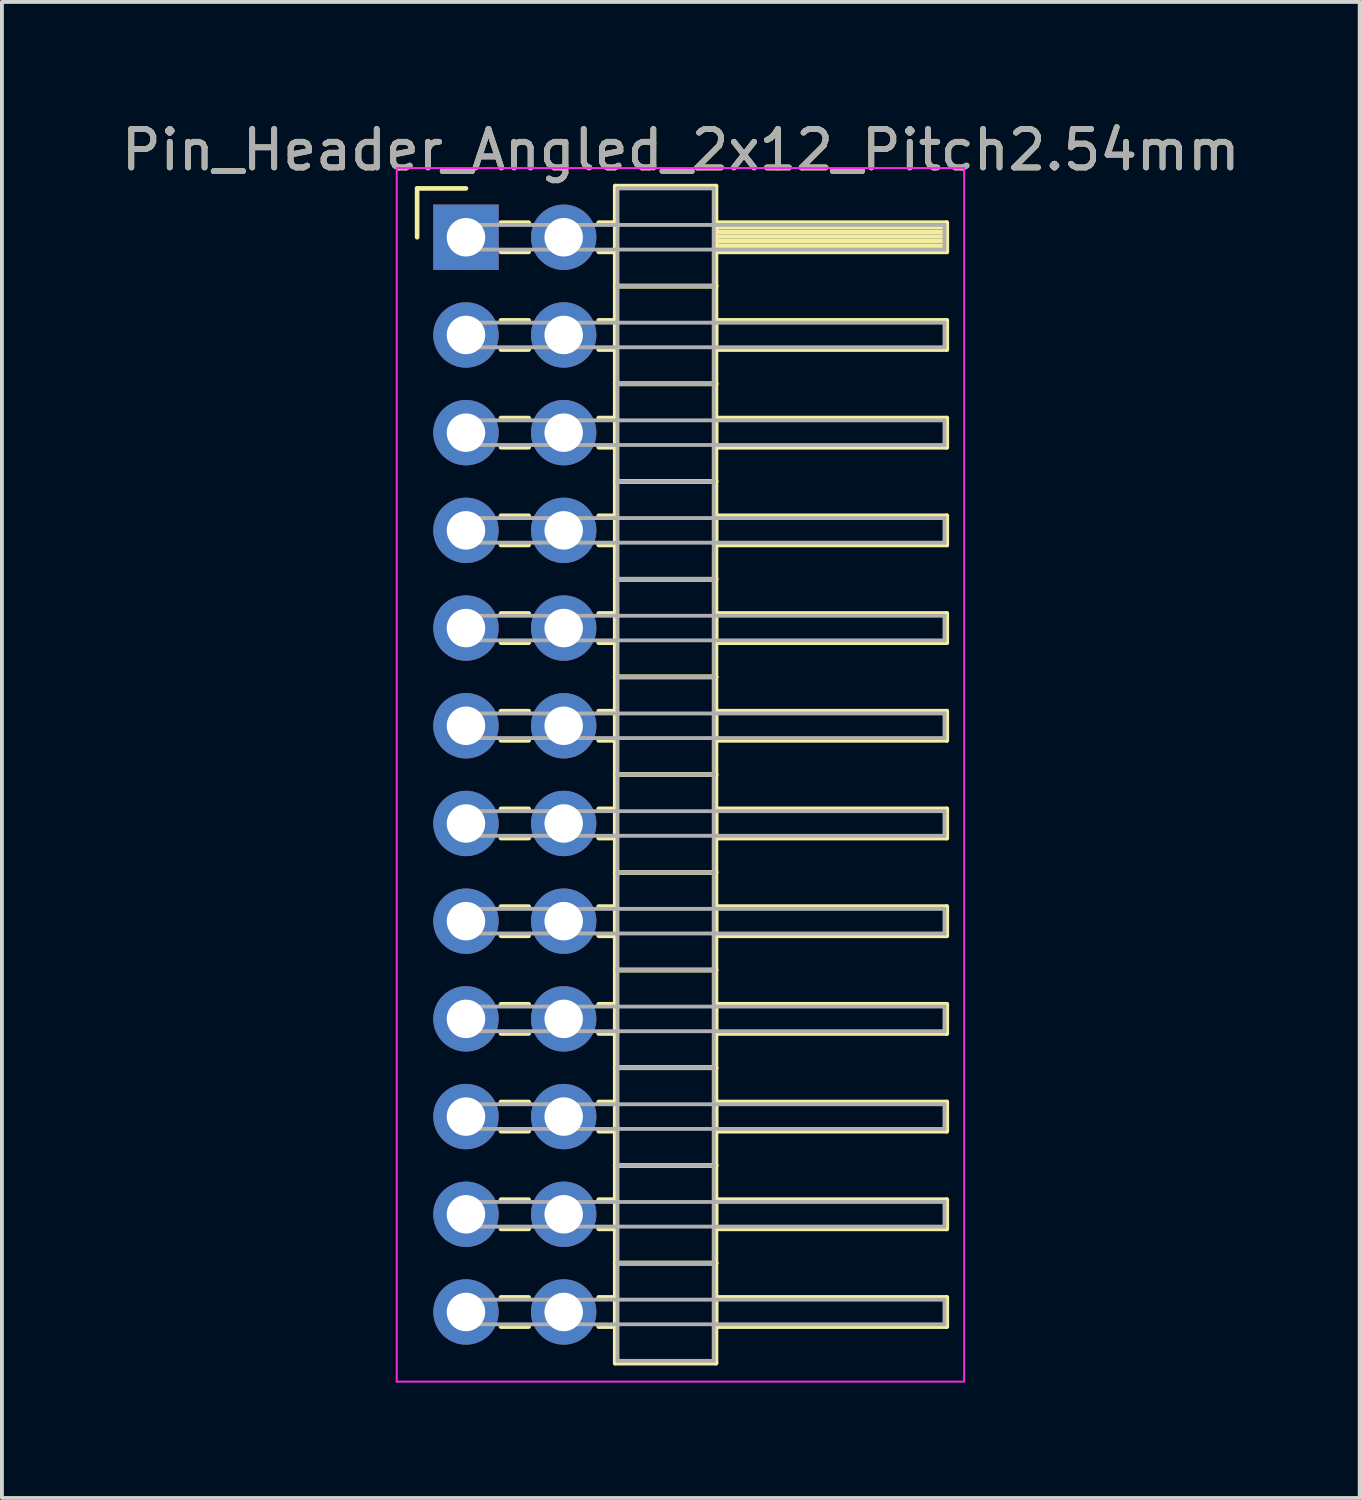
<source format=kicad_pcb>
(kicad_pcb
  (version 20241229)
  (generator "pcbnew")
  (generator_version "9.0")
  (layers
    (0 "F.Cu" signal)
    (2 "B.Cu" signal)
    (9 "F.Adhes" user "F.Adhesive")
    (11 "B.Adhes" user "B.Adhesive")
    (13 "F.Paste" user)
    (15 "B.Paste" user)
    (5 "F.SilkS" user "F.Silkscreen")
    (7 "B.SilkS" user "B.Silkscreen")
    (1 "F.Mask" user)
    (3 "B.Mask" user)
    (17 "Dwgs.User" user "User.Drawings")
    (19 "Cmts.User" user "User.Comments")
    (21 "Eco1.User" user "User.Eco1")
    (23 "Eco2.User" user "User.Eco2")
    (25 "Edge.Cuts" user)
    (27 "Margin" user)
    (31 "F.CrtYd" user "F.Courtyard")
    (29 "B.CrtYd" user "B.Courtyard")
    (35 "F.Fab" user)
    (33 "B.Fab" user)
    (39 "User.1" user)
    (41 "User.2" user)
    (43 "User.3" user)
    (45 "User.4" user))
  (footprint "Pin_Header_Angled_2x12_Pitch2.54mm"
    (layer "F.Cu")
    (at 9.064 3.118)
    (property "Reference" "Pin_Header_Angled_2x12_Pitch2.54mm" (at 5.585 -2.27 0) (layer "F.SilkS") (effects (font (size 1 1) (thickness 0.15))))
    (attr through_hole)
    (fp_line (start -1.27 -1.27) (end 0 -1.27) (stroke (width 0.12) (type solid)) (layer "F.SilkS"))
    (fp_line (start -1.27 0) (end -1.27 -1.27) (stroke (width 0.12) (type solid)) (layer "F.SilkS"))
    (fp_line (start 0.91 -0.38) (end 1.63 -0.38) (stroke (width 0.12) (type solid)) (layer "F.SilkS"))
    (fp_line (start 0.91 0.38) (end 1.63 0.38) (stroke (width 0.12) (type solid)) (layer "F.SilkS"))
    (fp_line (start 0.91 2.16) (end 1.63 2.16) (stroke (width 0.12) (type solid)) (layer "F.SilkS"))
    (fp_line (start 0.91 2.92) (end 1.63 2.92) (stroke (width 0.12) (type solid)) (layer "F.SilkS"))
    (fp_line (start 0.91 4.7) (end 1.63 4.7) (stroke (width 0.12) (type solid)) (layer "F.SilkS"))
    (fp_line (start 0.91 5.46) (end 1.63 5.46) (stroke (width 0.12) (type solid)) (layer "F.SilkS"))
    (fp_line (start 0.91 7.24) (end 1.63 7.24) (stroke (width 0.12) (type solid)) (layer "F.SilkS"))
    (fp_line (start 0.91 8) (end 1.63 8) (stroke (width 0.12) (type solid)) (layer "F.SilkS"))
    (fp_line (start 0.91 9.78) (end 1.63 9.78) (stroke (width 0.12) (type solid)) (layer "F.SilkS"))
    (fp_line (start 0.91 10.54) (end 1.63 10.54) (stroke (width 0.12) (type solid)) (layer "F.SilkS"))
    (fp_line (start 0.91 12.32) (end 1.63 12.32) (stroke (width 0.12) (type solid)) (layer "F.SilkS"))
    (fp_line (start 0.91 13.08) (end 1.63 13.08) (stroke (width 0.12) (type solid)) (layer "F.SilkS"))
    (fp_line (start 0.91 14.86) (end 1.63 14.86) (stroke (width 0.12) (type solid)) (layer "F.SilkS"))
    (fp_line (start 0.91 15.62) (end 1.63 15.62) (stroke (width 0.12) (type solid)) (layer "F.SilkS"))
    (fp_line (start 0.91 17.4) (end 1.63 17.4) (stroke (width 0.12) (type solid)) (layer "F.SilkS"))
    (fp_line (start 0.91 18.16) (end 1.63 18.16) (stroke (width 0.12) (type solid)) (layer "F.SilkS"))
    (fp_line (start 0.91 19.94) (end 1.63 19.94) (stroke (width 0.12) (type solid)) (layer "F.SilkS"))
    (fp_line (start 0.91 20.7) (end 1.63 20.7) (stroke (width 0.12) (type solid)) (layer "F.SilkS"))
    (fp_line (start 0.91 22.48) (end 1.63 22.48) (stroke (width 0.12) (type solid)) (layer "F.SilkS"))
    (fp_line (start 0.91 23.24) (end 1.63 23.24) (stroke (width 0.12) (type solid)) (layer "F.SilkS"))
    (fp_line (start 0.91 25.02) (end 1.63 25.02) (stroke (width 0.12) (type solid)) (layer "F.SilkS"))
    (fp_line (start 0.91 25.78) (end 1.63 25.78) (stroke (width 0.12) (type solid)) (layer "F.SilkS"))
    (fp_line (start 0.91 27.56) (end 1.63 27.56) (stroke (width 0.12) (type solid)) (layer "F.SilkS"))
    (fp_line (start 0.91 28.32) (end 1.63 28.32) (stroke (width 0.12) (type solid)) (layer "F.SilkS"))
    (fp_line (start 3.45 -0.38) (end 3.88 -0.38) (stroke (width 0.12) (type solid)) (layer "F.SilkS"))
    (fp_line (start 3.45 0.38) (end 3.88 0.38) (stroke (width 0.12) (type solid)) (layer "F.SilkS"))
    (fp_line (start 3.45 2.16) (end 3.88 2.16) (stroke (width 0.12) (type solid)) (layer "F.SilkS"))
    (fp_line (start 3.45 2.92) (end 3.88 2.92) (stroke (width 0.12) (type solid)) (layer "F.SilkS"))
    (fp_line (start 3.45 4.7) (end 3.88 4.7) (stroke (width 0.12) (type solid)) (layer "F.SilkS"))
    (fp_line (start 3.45 5.46) (end 3.88 5.46) (stroke (width 0.12) (type solid)) (layer "F.SilkS"))
    (fp_line (start 3.45 7.24) (end 3.88 7.24) (stroke (width 0.12) (type solid)) (layer "F.SilkS"))
    (fp_line (start 3.45 8) (end 3.88 8) (stroke (width 0.12) (type solid)) (layer "F.SilkS"))
    (fp_line (start 3.45 9.78) (end 3.88 9.78) (stroke (width 0.12) (type solid)) (layer "F.SilkS"))
    (fp_line (start 3.45 10.54) (end 3.88 10.54) (stroke (width 0.12) (type solid)) (layer "F.SilkS"))
    (fp_line (start 3.45 12.32) (end 3.88 12.32) (stroke (width 0.12) (type solid)) (layer "F.SilkS"))
    (fp_line (start 3.45 13.08) (end 3.88 13.08) (stroke (width 0.12) (type solid)) (layer "F.SilkS"))
    (fp_line (start 3.45 14.86) (end 3.88 14.86) (stroke (width 0.12) (type solid)) (layer "F.SilkS"))
    (fp_line (start 3.45 15.62) (end 3.88 15.62) (stroke (width 0.12) (type solid)) (layer "F.SilkS"))
    (fp_line (start 3.45 17.4) (end 3.88 17.4) (stroke (width 0.12) (type solid)) (layer "F.SilkS"))
    (fp_line (start 3.45 18.16) (end 3.88 18.16) (stroke (width 0.12) (type solid)) (layer "F.SilkS"))
    (fp_line (start 3.45 19.94) (end 3.88 19.94) (stroke (width 0.12) (type solid)) (layer "F.SilkS"))
    (fp_line (start 3.45 20.7) (end 3.88 20.7) (stroke (width 0.12) (type solid)) (layer "F.SilkS"))
    (fp_line (start 3.45 22.48) (end 3.88 22.48) (stroke (width 0.12) (type solid)) (layer "F.SilkS"))
    (fp_line (start 3.45 23.24) (end 3.88 23.24) (stroke (width 0.12) (type solid)) (layer "F.SilkS"))
    (fp_line (start 3.45 25.02) (end 3.88 25.02) (stroke (width 0.12) (type solid)) (layer "F.SilkS"))
    (fp_line (start 3.45 25.78) (end 3.88 25.78) (stroke (width 0.12) (type solid)) (layer "F.SilkS"))
    (fp_line (start 3.45 27.56) (end 3.88 27.56) (stroke (width 0.12) (type solid)) (layer "F.SilkS"))
    (fp_line (start 3.45 28.32) (end 3.88 28.32) (stroke (width 0.12) (type solid)) (layer "F.SilkS"))
    (fp_line (start 3.88 -1.33) (end 3.88 1.27) (stroke (width 0.12) (type solid)) (layer "F.SilkS"))
    (fp_line (start 3.88 1.27) (end 3.88 3.81) (stroke (width 0.12) (type solid)) (layer "F.SilkS"))
    (fp_line (start 3.88 1.27) (end 6.5 1.27) (stroke (width 0.12) (type solid)) (layer "F.SilkS"))
    (fp_line (start 3.88 3.81) (end 3.88 6.35) (stroke (width 0.12) (type solid)) (layer "F.SilkS"))
    (fp_line (start 3.88 3.81) (end 6.5 3.81) (stroke (width 0.12) (type solid)) (layer "F.SilkS"))
    (fp_line (start 3.88 6.35) (end 3.88 8.89) (stroke (width 0.12) (type solid)) (layer "F.SilkS"))
    (fp_line (start 3.88 6.35) (end 6.5 6.35) (stroke (width 0.12) (type solid)) (layer "F.SilkS"))
    (fp_line (start 3.88 8.89) (end 3.88 11.43) (stroke (width 0.12) (type solid)) (layer "F.SilkS"))
    (fp_line (start 3.88 8.89) (end 6.5 8.89) (stroke (width 0.12) (type solid)) (layer "F.SilkS"))
    (fp_line (start 3.88 11.43) (end 3.88 13.97) (stroke (width 0.12) (type solid)) (layer "F.SilkS"))
    (fp_line (start 3.88 11.43) (end 6.5 11.43) (stroke (width 0.12) (type solid)) (layer "F.SilkS"))
    (fp_line (start 3.88 13.97) (end 3.88 16.51) (stroke (width 0.12) (type solid)) (layer "F.SilkS"))
    (fp_line (start 3.88 13.97) (end 6.5 13.97) (stroke (width 0.12) (type solid)) (layer "F.SilkS"))
    (fp_line (start 3.88 16.51) (end 3.88 19.05) (stroke (width 0.12) (type solid)) (layer "F.SilkS"))
    (fp_line (start 3.88 16.51) (end 6.5 16.51) (stroke (width 0.12) (type solid)) (layer "F.SilkS"))
    (fp_line (start 3.88 19.05) (end 3.88 21.59) (stroke (width 0.12) (type solid)) (layer "F.SilkS"))
    (fp_line (start 3.88 19.05) (end 6.5 19.05) (stroke (width 0.12) (type solid)) (layer "F.SilkS"))
    (fp_line (start 3.88 21.59) (end 3.88 24.13) (stroke (width 0.12) (type solid)) (layer "F.SilkS"))
    (fp_line (start 3.88 21.59) (end 6.5 21.59) (stroke (width 0.12) (type solid)) (layer "F.SilkS"))
    (fp_line (start 3.88 24.13) (end 3.88 26.67) (stroke (width 0.12) (type solid)) (layer "F.SilkS"))
    (fp_line (start 3.88 24.13) (end 6.5 24.13) (stroke (width 0.12) (type solid)) (layer "F.SilkS"))
    (fp_line (start 3.88 26.67) (end 3.88 29.27) (stroke (width 0.12) (type solid)) (layer "F.SilkS"))
    (fp_line (start 3.88 26.67) (end 6.5 26.67) (stroke (width 0.12) (type solid)) (layer "F.SilkS"))
    (fp_line (start 3.88 29.27) (end 6.5 29.27) (stroke (width 0.12) (type solid)) (layer "F.SilkS"))
    (fp_line (start 6.5 -1.33) (end 3.88 -1.33) (stroke (width 0.12) (type solid)) (layer "F.SilkS"))
    (fp_line (start 6.5 -0.38) (end 6.5 0.38) (stroke (width 0.12) (type solid)) (layer "F.SilkS"))
    (fp_line (start 6.5 -0.26) (end 12.5 -0.26) (stroke (width 0.12) (type solid)) (layer "F.SilkS"))
    (fp_line (start 6.5 -0.14) (end 12.5 -0.14) (stroke (width 0.12) (type solid)) (layer "F.SilkS"))
    (fp_line (start 6.5 -0.02) (end 12.5 -0.02) (stroke (width 0.12) (type solid)) (layer "F.SilkS"))
    (fp_line (start 6.5 0.1) (end 12.5 0.1) (stroke (width 0.12) (type solid)) (layer "F.SilkS"))
    (fp_line (start 6.5 0.22) (end 12.5 0.22) (stroke (width 0.12) (type solid)) (layer "F.SilkS"))
    (fp_line (start 6.5 0.34) (end 12.5 0.34) (stroke (width 0.12) (type solid)) (layer "F.SilkS"))
    (fp_line (start 6.5 0.38) (end 12.5 0.38) (stroke (width 0.12) (type solid)) (layer "F.SilkS"))
    (fp_line (start 6.5 1.27) (end 3.88 1.27) (stroke (width 0.12) (type solid)) (layer "F.SilkS"))
    (fp_line (start 6.5 1.27) (end 6.5 -1.33) (stroke (width 0.12) (type solid)) (layer "F.SilkS"))
    (fp_line (start 6.5 2.16) (end 6.5 2.92) (stroke (width 0.12) (type solid)) (layer "F.SilkS"))
    (fp_line (start 6.5 2.92) (end 12.5 2.92) (stroke (width 0.12) (type solid)) (layer "F.SilkS"))
    (fp_line (start 6.5 3.81) (end 3.88 3.81) (stroke (width 0.12) (type solid)) (layer "F.SilkS"))
    (fp_line (start 6.5 3.81) (end 6.5 1.27) (stroke (width 0.12) (type solid)) (layer "F.SilkS"))
    (fp_line (start 6.5 4.7) (end 6.5 5.46) (stroke (width 0.12) (type solid)) (layer "F.SilkS"))
    (fp_line (start 6.5 5.46) (end 12.5 5.46) (stroke (width 0.12) (type solid)) (layer "F.SilkS"))
    (fp_line (start 6.5 6.35) (end 3.88 6.35) (stroke (width 0.12) (type solid)) (layer "F.SilkS"))
    (fp_line (start 6.5 6.35) (end 6.5 3.81) (stroke (width 0.12) (type solid)) (layer "F.SilkS"))
    (fp_line (start 6.5 7.24) (end 6.5 8) (stroke (width 0.12) (type solid)) (layer "F.SilkS"))
    (fp_line (start 6.5 8) (end 12.5 8) (stroke (width 0.12) (type solid)) (layer "F.SilkS"))
    (fp_line (start 6.5 8.89) (end 3.88 8.89) (stroke (width 0.12) (type solid)) (layer "F.SilkS"))
    (fp_line (start 6.5 8.89) (end 6.5 6.35) (stroke (width 0.12) (type solid)) (layer "F.SilkS"))
    (fp_line (start 6.5 9.78) (end 6.5 10.54) (stroke (width 0.12) (type solid)) (layer "F.SilkS"))
    (fp_line (start 6.5 10.54) (end 12.5 10.54) (stroke (width 0.12) (type solid)) (layer "F.SilkS"))
    (fp_line (start 6.5 11.43) (end 3.88 11.43) (stroke (width 0.12) (type solid)) (layer "F.SilkS"))
    (fp_line (start 6.5 11.43) (end 6.5 8.89) (stroke (width 0.12) (type solid)) (layer "F.SilkS"))
    (fp_line (start 6.5 12.32) (end 6.5 13.08) (stroke (width 0.12) (type solid)) (layer "F.SilkS"))
    (fp_line (start 6.5 13.08) (end 12.5 13.08) (stroke (width 0.12) (type solid)) (layer "F.SilkS"))
    (fp_line (start 6.5 13.97) (end 3.88 13.97) (stroke (width 0.12) (type solid)) (layer "F.SilkS"))
    (fp_line (start 6.5 13.97) (end 6.5 11.43) (stroke (width 0.12) (type solid)) (layer "F.SilkS"))
    (fp_line (start 6.5 14.86) (end 6.5 15.62) (stroke (width 0.12) (type solid)) (layer "F.SilkS"))
    (fp_line (start 6.5 15.62) (end 12.5 15.62) (stroke (width 0.12) (type solid)) (layer "F.SilkS"))
    (fp_line (start 6.5 16.51) (end 3.88 16.51) (stroke (width 0.12) (type solid)) (layer "F.SilkS"))
    (fp_line (start 6.5 16.51) (end 6.5 13.97) (stroke (width 0.12) (type solid)) (layer "F.SilkS"))
    (fp_line (start 6.5 17.4) (end 6.5 18.16) (stroke (width 0.12) (type solid)) (layer "F.SilkS"))
    (fp_line (start 6.5 18.16) (end 12.5 18.16) (stroke (width 0.12) (type solid)) (layer "F.SilkS"))
    (fp_line (start 6.5 19.05) (end 3.88 19.05) (stroke (width 0.12) (type solid)) (layer "F.SilkS"))
    (fp_line (start 6.5 19.05) (end 6.5 16.51) (stroke (width 0.12) (type solid)) (layer "F.SilkS"))
    (fp_line (start 6.5 19.94) (end 6.5 20.7) (stroke (width 0.12) (type solid)) (layer "F.SilkS"))
    (fp_line (start 6.5 20.7) (end 12.5 20.7) (stroke (width 0.12) (type solid)) (layer "F.SilkS"))
    (fp_line (start 6.5 21.59) (end 3.88 21.59) (stroke (width 0.12) (type solid)) (layer "F.SilkS"))
    (fp_line (start 6.5 21.59) (end 6.5 19.05) (stroke (width 0.12) (type solid)) (layer "F.SilkS"))
    (fp_line (start 6.5 22.48) (end 6.5 23.24) (stroke (width 0.12) (type solid)) (layer "F.SilkS"))
    (fp_line (start 6.5 23.24) (end 12.5 23.24) (stroke (width 0.12) (type solid)) (layer "F.SilkS"))
    (fp_line (start 6.5 24.13) (end 3.88 24.13) (stroke (width 0.12) (type solid)) (layer "F.SilkS"))
    (fp_line (start 6.5 24.13) (end 6.5 21.59) (stroke (width 0.12) (type solid)) (layer "F.SilkS"))
    (fp_line (start 6.5 25.02) (end 6.5 25.78) (stroke (width 0.12) (type solid)) (layer "F.SilkS"))
    (fp_line (start 6.5 25.78) (end 12.5 25.78) (stroke (width 0.12) (type solid)) (layer "F.SilkS"))
    (fp_line (start 6.5 26.67) (end 3.88 26.67) (stroke (width 0.12) (type solid)) (layer "F.SilkS"))
    (fp_line (start 6.5 26.67) (end 6.5 24.13) (stroke (width 0.12) (type solid)) (layer "F.SilkS"))
    (fp_line (start 6.5 27.56) (end 6.5 28.32) (stroke (width 0.12) (type solid)) (layer "F.SilkS"))
    (fp_line (start 6.5 28.32) (end 12.5 28.32) (stroke (width 0.12) (type solid)) (layer "F.SilkS"))
    (fp_line (start 6.5 29.27) (end 6.5 26.67) (stroke (width 0.12) (type solid)) (layer "F.SilkS"))
    (fp_line (start 12.5 -0.38) (end 6.5 -0.38) (stroke (width 0.12) (type solid)) (layer "F.SilkS"))
    (fp_line (start 12.5 0.38) (end 12.5 -0.38) (stroke (width 0.12) (type solid)) (layer "F.SilkS"))
    (fp_line (start 12.5 2.16) (end 6.5 2.16) (stroke (width 0.12) (type solid)) (layer "F.SilkS"))
    (fp_line (start 12.5 2.92) (end 12.5 2.16) (stroke (width 0.12) (type solid)) (layer "F.SilkS"))
    (fp_line (start 12.5 4.7) (end 6.5 4.7) (stroke (width 0.12) (type solid)) (layer "F.SilkS"))
    (fp_line (start 12.5 5.46) (end 12.5 4.7) (stroke (width 0.12) (type solid)) (layer "F.SilkS"))
    (fp_line (start 12.5 7.24) (end 6.5 7.24) (stroke (width 0.12) (type solid)) (layer "F.SilkS"))
    (fp_line (start 12.5 8) (end 12.5 7.24) (stroke (width 0.12) (type solid)) (layer "F.SilkS"))
    (fp_line (start 12.5 9.78) (end 6.5 9.78) (stroke (width 0.12) (type solid)) (layer "F.SilkS"))
    (fp_line (start 12.5 10.54) (end 12.5 9.78) (stroke (width 0.12) (type solid)) (layer "F.SilkS"))
    (fp_line (start 12.5 12.32) (end 6.5 12.32) (stroke (width 0.12) (type solid)) (layer "F.SilkS"))
    (fp_line (start 12.5 13.08) (end 12.5 12.32) (stroke (width 0.12) (type solid)) (layer "F.SilkS"))
    (fp_line (start 12.5 14.86) (end 6.5 14.86) (stroke (width 0.12) (type solid)) (layer "F.SilkS"))
    (fp_line (start 12.5 15.62) (end 12.5 14.86) (stroke (width 0.12) (type solid)) (layer "F.SilkS"))
    (fp_line (start 12.5 17.4) (end 6.5 17.4) (stroke (width 0.12) (type solid)) (layer "F.SilkS"))
    (fp_line (start 12.5 18.16) (end 12.5 17.4) (stroke (width 0.12) (type solid)) (layer "F.SilkS"))
    (fp_line (start 12.5 19.94) (end 6.5 19.94) (stroke (width 0.12) (type solid)) (layer "F.SilkS"))
    (fp_line (start 12.5 20.7) (end 12.5 19.94) (stroke (width 0.12) (type solid)) (layer "F.SilkS"))
    (fp_line (start 12.5 22.48) (end 6.5 22.48) (stroke (width 0.12) (type solid)) (layer "F.SilkS"))
    (fp_line (start 12.5 23.24) (end 12.5 22.48) (stroke (width 0.12) (type solid)) (layer "F.SilkS"))
    (fp_line (start 12.5 25.02) (end 6.5 25.02) (stroke (width 0.12) (type solid)) (layer "F.SilkS"))
    (fp_line (start 12.5 25.78) (end 12.5 25.02) (stroke (width 0.12) (type solid)) (layer "F.SilkS"))
    (fp_line (start 12.5 27.56) (end 6.5 27.56) (stroke (width 0.12) (type solid)) (layer "F.SilkS"))
    (fp_line (start 12.5 28.32) (end 12.5 27.56) (stroke (width 0.12) (type solid)) (layer "F.SilkS"))
    (fp_line (start -1.8 -1.8) (end -1.8 29.75) (stroke (width 0.05) (type solid)) (layer "F.CrtYd"))
    (fp_line (start -1.8 29.75) (end 12.95 29.75) (stroke (width 0.05) (type solid)) (layer "F.CrtYd"))
    (fp_line (start 12.95 -1.8) (end -1.8 -1.8) (stroke (width 0.05) (type solid)) (layer "F.CrtYd"))
    (fp_line (start 12.95 29.75) (end 12.95 -1.8) (stroke (width 0.05) (type solid)) (layer "F.CrtYd"))
    (fp_line (start 0 -0.32) (end 0 0.32) (stroke (width 0.1) (type solid)) (layer "F.Fab"))
    (fp_line (start 0 0.32) (end 12.44 0.32) (stroke (width 0.1) (type solid)) (layer "F.Fab"))
    (fp_line (start 0 2.22) (end 0 2.86) (stroke (width 0.1) (type solid)) (layer "F.Fab"))
    (fp_line (start 0 2.86) (end 12.44 2.86) (stroke (width 0.1) (type solid)) (layer "F.Fab"))
    (fp_line (start 0 4.76) (end 0 5.4) (stroke (width 0.1) (type solid)) (layer "F.Fab"))
    (fp_line (start 0 5.4) (end 12.44 5.4) (stroke (width 0.1) (type solid)) (layer "F.Fab"))
    (fp_line (start 0 7.3) (end 0 7.94) (stroke (width 0.1) (type solid)) (layer "F.Fab"))
    (fp_line (start 0 7.94) (end 12.44 7.94) (stroke (width 0.1) (type solid)) (layer "F.Fab"))
    (fp_line (start 0 9.84) (end 0 10.48) (stroke (width 0.1) (type solid)) (layer "F.Fab"))
    (fp_line (start 0 10.48) (end 12.44 10.48) (stroke (width 0.1) (type solid)) (layer "F.Fab"))
    (fp_line (start 0 12.38) (end 0 13.02) (stroke (width 0.1) (type solid)) (layer "F.Fab"))
    (fp_line (start 0 13.02) (end 12.44 13.02) (stroke (width 0.1) (type solid)) (layer "F.Fab"))
    (fp_line (start 0 14.92) (end 0 15.56) (stroke (width 0.1) (type solid)) (layer "F.Fab"))
    (fp_line (start 0 15.56) (end 12.44 15.56) (stroke (width 0.1) (type solid)) (layer "F.Fab"))
    (fp_line (start 0 17.46) (end 0 18.1) (stroke (width 0.1) (type solid)) (layer "F.Fab"))
    (fp_line (start 0 18.1) (end 12.44 18.1) (stroke (width 0.1) (type solid)) (layer "F.Fab"))
    (fp_line (start 0 20) (end 0 20.64) (stroke (width 0.1) (type solid)) (layer "F.Fab"))
    (fp_line (start 0 20.64) (end 12.44 20.64) (stroke (width 0.1) (type solid)) (layer "F.Fab"))
    (fp_line (start 0 22.54) (end 0 23.18) (stroke (width 0.1) (type solid)) (layer "F.Fab"))
    (fp_line (start 0 23.18) (end 12.44 23.18) (stroke (width 0.1) (type solid)) (layer "F.Fab"))
    (fp_line (start 0 25.08) (end 0 25.72) (stroke (width 0.1) (type solid)) (layer "F.Fab"))
    (fp_line (start 0 25.72) (end 12.44 25.72) (stroke (width 0.1) (type solid)) (layer "F.Fab"))
    (fp_line (start 0 27.62) (end 0 28.26) (stroke (width 0.1) (type solid)) (layer "F.Fab"))
    (fp_line (start 0 28.26) (end 12.44 28.26) (stroke (width 0.1) (type solid)) (layer "F.Fab"))
    (fp_line (start 3.94 -1.27) (end 3.94 1.27) (stroke (width 0.1) (type solid)) (layer "F.Fab"))
    (fp_line (start 3.94 1.27) (end 3.94 3.81) (stroke (width 0.1) (type solid)) (layer "F.Fab"))
    (fp_line (start 3.94 1.27) (end 6.44 1.27) (stroke (width 0.1) (type solid)) (layer "F.Fab"))
    (fp_line (start 3.94 3.81) (end 3.94 6.35) (stroke (width 0.1) (type solid)) (layer "F.Fab"))
    (fp_line (start 3.94 3.81) (end 6.44 3.81) (stroke (width 0.1) (type solid)) (layer "F.Fab"))
    (fp_line (start 3.94 6.35) (end 3.94 8.89) (stroke (width 0.1) (type solid)) (layer "F.Fab"))
    (fp_line (start 3.94 6.35) (end 6.44 6.35) (stroke (width 0.1) (type solid)) (layer "F.Fab"))
    (fp_line (start 3.94 8.89) (end 3.94 11.43) (stroke (width 0.1) (type solid)) (layer "F.Fab"))
    (fp_line (start 3.94 8.89) (end 6.44 8.89) (stroke (width 0.1) (type solid)) (layer "F.Fab"))
    (fp_line (start 3.94 11.43) (end 3.94 13.97) (stroke (width 0.1) (type solid)) (layer "F.Fab"))
    (fp_line (start 3.94 11.43) (end 6.44 11.43) (stroke (width 0.1) (type solid)) (layer "F.Fab"))
    (fp_line (start 3.94 13.97) (end 3.94 16.51) (stroke (width 0.1) (type solid)) (layer "F.Fab"))
    (fp_line (start 3.94 13.97) (end 6.44 13.97) (stroke (width 0.1) (type solid)) (layer "F.Fab"))
    (fp_line (start 3.94 16.51) (end 3.94 19.05) (stroke (width 0.1) (type solid)) (layer "F.Fab"))
    (fp_line (start 3.94 16.51) (end 6.44 16.51) (stroke (width 0.1) (type solid)) (layer "F.Fab"))
    (fp_line (start 3.94 19.05) (end 3.94 21.59) (stroke (width 0.1) (type solid)) (layer "F.Fab"))
    (fp_line (start 3.94 19.05) (end 6.44 19.05) (stroke (width 0.1) (type solid)) (layer "F.Fab"))
    (fp_line (start 3.94 21.59) (end 3.94 24.13) (stroke (width 0.1) (type solid)) (layer "F.Fab"))
    (fp_line (start 3.94 21.59) (end 6.44 21.59) (stroke (width 0.1) (type solid)) (layer "F.Fab"))
    (fp_line (start 3.94 24.13) (end 3.94 26.67) (stroke (width 0.1) (type solid)) (layer "F.Fab"))
    (fp_line (start 3.94 24.13) (end 6.44 24.13) (stroke (width 0.1) (type solid)) (layer "F.Fab"))
    (fp_line (start 3.94 26.67) (end 3.94 29.21) (stroke (width 0.1) (type solid)) (layer "F.Fab"))
    (fp_line (start 3.94 26.67) (end 6.44 26.67) (stroke (width 0.1) (type solid)) (layer "F.Fab"))
    (fp_line (start 3.94 29.21) (end 6.44 29.21) (stroke (width 0.1) (type solid)) (layer "F.Fab"))
    (fp_line (start 6.44 -1.27) (end 3.94 -1.27) (stroke (width 0.1) (type solid)) (layer "F.Fab"))
    (fp_line (start 6.44 1.27) (end 3.94 1.27) (stroke (width 0.1) (type solid)) (layer "F.Fab"))
    (fp_line (start 6.44 1.27) (end 6.44 -1.27) (stroke (width 0.1) (type solid)) (layer "F.Fab"))
    (fp_line (start 6.44 3.81) (end 3.94 3.81) (stroke (width 0.1) (type solid)) (layer "F.Fab"))
    (fp_line (start 6.44 3.81) (end 6.44 1.27) (stroke (width 0.1) (type solid)) (layer "F.Fab"))
    (fp_line (start 6.44 6.35) (end 3.94 6.35) (stroke (width 0.1) (type solid)) (layer "F.Fab"))
    (fp_line (start 6.44 6.35) (end 6.44 3.81) (stroke (width 0.1) (type solid)) (layer "F.Fab"))
    (fp_line (start 6.44 8.89) (end 3.94 8.89) (stroke (width 0.1) (type solid)) (layer "F.Fab"))
    (fp_line (start 6.44 8.89) (end 6.44 6.35) (stroke (width 0.1) (type solid)) (layer "F.Fab"))
    (fp_line (start 6.44 11.43) (end 3.94 11.43) (stroke (width 0.1) (type solid)) (layer "F.Fab"))
    (fp_line (start 6.44 11.43) (end 6.44 8.89) (stroke (width 0.1) (type solid)) (layer "F.Fab"))
    (fp_line (start 6.44 13.97) (end 3.94 13.97) (stroke (width 0.1) (type solid)) (layer "F.Fab"))
    (fp_line (start 6.44 13.97) (end 6.44 11.43) (stroke (width 0.1) (type solid)) (layer "F.Fab"))
    (fp_line (start 6.44 16.51) (end 3.94 16.51) (stroke (width 0.1) (type solid)) (layer "F.Fab"))
    (fp_line (start 6.44 16.51) (end 6.44 13.97) (stroke (width 0.1) (type solid)) (layer "F.Fab"))
    (fp_line (start 6.44 19.05) (end 3.94 19.05) (stroke (width 0.1) (type solid)) (layer "F.Fab"))
    (fp_line (start 6.44 19.05) (end 6.44 16.51) (stroke (width 0.1) (type solid)) (layer "F.Fab"))
    (fp_line (start 6.44 21.59) (end 3.94 21.59) (stroke (width 0.1) (type solid)) (layer "F.Fab"))
    (fp_line (start 6.44 21.59) (end 6.44 19.05) (stroke (width 0.1) (type solid)) (layer "F.Fab"))
    (fp_line (start 6.44 24.13) (end 3.94 24.13) (stroke (width 0.1) (type solid)) (layer "F.Fab"))
    (fp_line (start 6.44 24.13) (end 6.44 21.59) (stroke (width 0.1) (type solid)) (layer "F.Fab"))
    (fp_line (start 6.44 26.67) (end 3.94 26.67) (stroke (width 0.1) (type solid)) (layer "F.Fab"))
    (fp_line (start 6.44 26.67) (end 6.44 24.13) (stroke (width 0.1) (type solid)) (layer "F.Fab"))
    (fp_line (start 6.44 29.21) (end 6.44 26.67) (stroke (width 0.1) (type solid)) (layer "F.Fab"))
    (fp_line (start 12.44 -0.32) (end 0 -0.32) (stroke (width 0.1) (type solid)) (layer "F.Fab"))
    (fp_line (start 12.44 0.32) (end 12.44 -0.32) (stroke (width 0.1) (type solid)) (layer "F.Fab"))
    (fp_line (start 12.44 2.22) (end 0 2.22) (stroke (width 0.1) (type solid)) (layer "F.Fab"))
    (fp_line (start 12.44 2.86) (end 12.44 2.22) (stroke (width 0.1) (type solid)) (layer "F.Fab"))
    (fp_line (start 12.44 4.76) (end 0 4.76) (stroke (width 0.1) (type solid)) (layer "F.Fab"))
    (fp_line (start 12.44 5.4) (end 12.44 4.76) (stroke (width 0.1) (type solid)) (layer "F.Fab"))
    (fp_line (start 12.44 7.3) (end 0 7.3) (stroke (width 0.1) (type solid)) (layer "F.Fab"))
    (fp_line (start 12.44 7.94) (end 12.44 7.3) (stroke (width 0.1) (type solid)) (layer "F.Fab"))
    (fp_line (start 12.44 9.84) (end 0 9.84) (stroke (width 0.1) (type solid)) (layer "F.Fab"))
    (fp_line (start 12.44 10.48) (end 12.44 9.84) (stroke (width 0.1) (type solid)) (layer "F.Fab"))
    (fp_line (start 12.44 12.38) (end 0 12.38) (stroke (width 0.1) (type solid)) (layer "F.Fab"))
    (fp_line (start 12.44 13.02) (end 12.44 12.38) (stroke (width 0.1) (type solid)) (layer "F.Fab"))
    (fp_line (start 12.44 14.92) (end 0 14.92) (stroke (width 0.1) (type solid)) (layer "F.Fab"))
    (fp_line (start 12.44 15.56) (end 12.44 14.92) (stroke (width 0.1) (type solid)) (layer "F.Fab"))
    (fp_line (start 12.44 17.46) (end 0 17.46) (stroke (width 0.1) (type solid)) (layer "F.Fab"))
    (fp_line (start 12.44 18.1) (end 12.44 17.46) (stroke (width 0.1) (type solid)) (layer "F.Fab"))
    (fp_line (start 12.44 20) (end 0 20) (stroke (width 0.1) (type solid)) (layer "F.Fab"))
    (fp_line (start 12.44 20.64) (end 12.44 20) (stroke (width 0.1) (type solid)) (layer "F.Fab"))
    (fp_line (start 12.44 22.54) (end 0 22.54) (stroke (width 0.1) (type solid)) (layer "F.Fab"))
    (fp_line (start 12.44 23.18) (end 12.44 22.54) (stroke (width 0.1) (type solid)) (layer "F.Fab"))
    (fp_line (start 12.44 25.08) (end 0 25.08) (stroke (width 0.1) (type solid)) (layer "F.Fab"))
    (fp_line (start 12.44 25.72) (end 12.44 25.08) (stroke (width 0.1) (type solid)) (layer "F.Fab"))
    (fp_line (start 12.44 27.62) (end 0 27.62) (stroke (width 0.1) (type solid)) (layer "F.Fab"))
    (fp_line (start 12.44 28.26) (end 12.44 27.62) (stroke (width 0.1) (type solid)) (layer "F.Fab"))
    (fp_text user "${REFERENCE}" (at 5.585 -2.27 0) (layer "F.Fab") (effects (font (size 1 1) (thickness 0.15))))
    (pad "1" thru_hole rect (at 0 0) (size 1.7 1.7) (drill 1) (layers "*.Cu" "*.Mask"))
    (pad "2" thru_hole oval (at 2.54 0) (size 1.7 1.7) (drill 1) (layers "*.Cu" "*.Mask"))
    (pad "3" thru_hole oval (at 0 2.54) (size 1.7 1.7) (drill 1) (layers "*.Cu" "*.Mask"))
    (pad "4" thru_hole oval (at 2.54 2.54) (size 1.7 1.7) (drill 1) (layers "*.Cu" "*.Mask"))
    (pad "5" thru_hole oval (at 0 5.08) (size 1.7 1.7) (drill 1) (layers "*.Cu" "*.Mask"))
    (pad "6" thru_hole oval (at 2.54 5.08) (size 1.7 1.7) (drill 1) (layers "*.Cu" "*.Mask"))
    (pad "7" thru_hole oval (at 0 7.62) (size 1.7 1.7) (drill 1) (layers "*.Cu" "*.Mask"))
    (pad "8" thru_hole oval (at 2.54 7.62) (size 1.7 1.7) (drill 1) (layers "*.Cu" "*.Mask"))
    (pad "9" thru_hole oval (at 0 10.16) (size 1.7 1.7) (drill 1) (layers "*.Cu" "*.Mask"))
    (pad "10" thru_hole oval (at 2.54 10.16) (size 1.7 1.7) (drill 1) (layers "*.Cu" "*.Mask"))
    (pad "11" thru_hole oval (at 0 12.7) (size 1.7 1.7) (drill 1) (layers "*.Cu" "*.Mask"))
    (pad "12" thru_hole oval (at 2.54 12.7) (size 1.7 1.7) (drill 1) (layers "*.Cu" "*.Mask"))
    (pad "13" thru_hole oval (at 0 15.24) (size 1.7 1.7) (drill 1) (layers "*.Cu" "*.Mask"))
    (pad "14" thru_hole oval (at 2.54 15.24) (size 1.7 1.7) (drill 1) (layers "*.Cu" "*.Mask"))
    (pad "15" thru_hole oval (at 0 17.78) (size 1.7 1.7) (drill 1) (layers "*.Cu" "*.Mask"))
    (pad "16" thru_hole oval (at 2.54 17.78) (size 1.7 1.7) (drill 1) (layers "*.Cu" "*.Mask"))
    (pad "17" thru_hole oval (at 0 20.32) (size 1.7 1.7) (drill 1) (layers "*.Cu" "*.Mask"))
    (pad "18" thru_hole oval (at 2.54 20.32) (size 1.7 1.7) (drill 1) (layers "*.Cu" "*.Mask"))
    (pad "19" thru_hole oval (at 0 22.86) (size 1.7 1.7) (drill 1) (layers "*.Cu" "*.Mask"))
    (pad "20" thru_hole oval (at 2.54 22.86) (size 1.7 1.7) (drill 1) (layers "*.Cu" "*.Mask"))
    (pad "21" thru_hole oval (at 0 25.4) (size 1.7 1.7) (drill 1) (layers "*.Cu" "*.Mask"))
    (pad "22" thru_hole oval (at 2.54 25.4) (size 1.7 1.7) (drill 1) (layers "*.Cu" "*.Mask"))
    (pad "23" thru_hole oval (at 0 27.94) (size 1.7 1.7) (drill 1) (layers "*.Cu" "*.Mask"))
    (pad "24" thru_hole oval (at 2.54 27.94) (size 1.7 1.7) (drill 1) (layers "*.Cu" "*.Mask")))
  (gr_rect
    (start -3 -3)
    (end 32.298 35.893)
    (stroke (width 0.1) (type default))
    (fill no)
    (layer "Edge.Cuts")))
</source>
